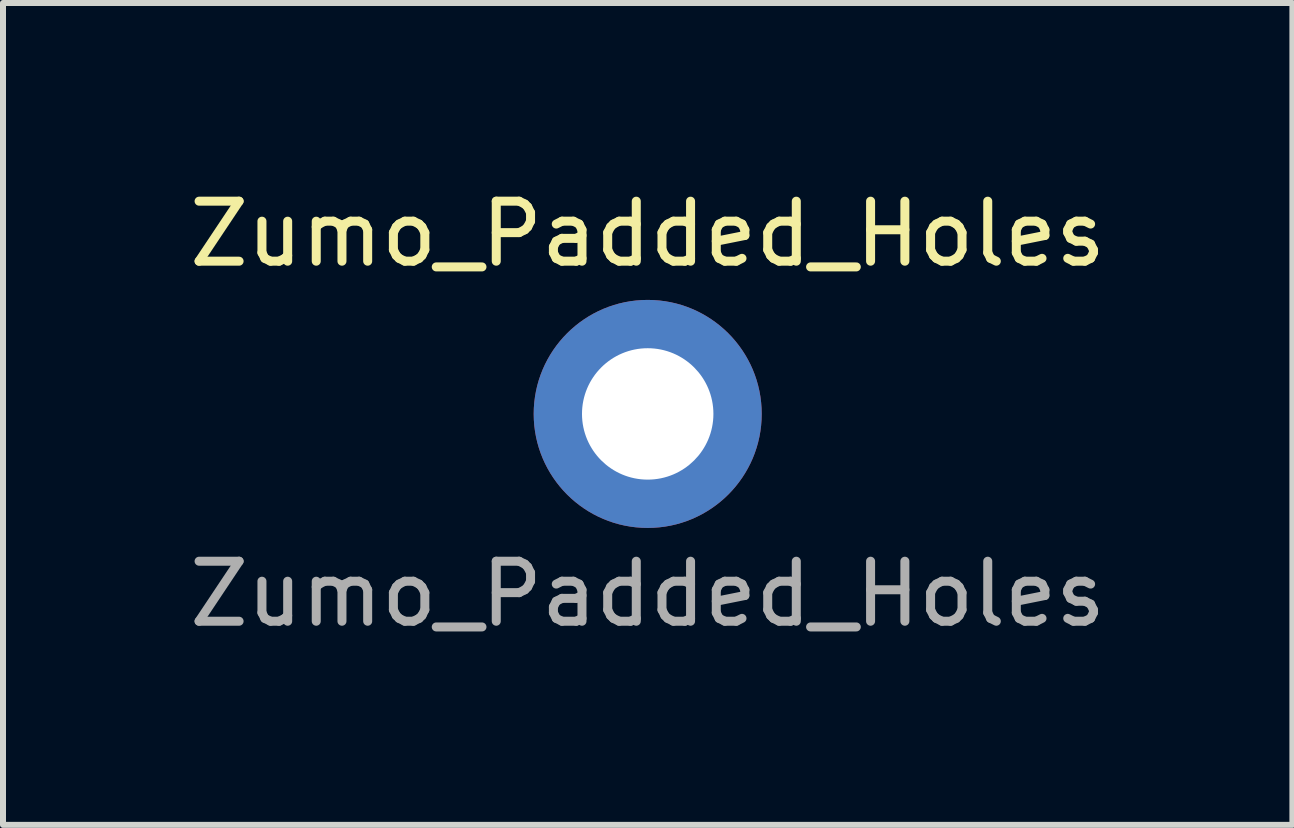
<source format=kicad_pcb>
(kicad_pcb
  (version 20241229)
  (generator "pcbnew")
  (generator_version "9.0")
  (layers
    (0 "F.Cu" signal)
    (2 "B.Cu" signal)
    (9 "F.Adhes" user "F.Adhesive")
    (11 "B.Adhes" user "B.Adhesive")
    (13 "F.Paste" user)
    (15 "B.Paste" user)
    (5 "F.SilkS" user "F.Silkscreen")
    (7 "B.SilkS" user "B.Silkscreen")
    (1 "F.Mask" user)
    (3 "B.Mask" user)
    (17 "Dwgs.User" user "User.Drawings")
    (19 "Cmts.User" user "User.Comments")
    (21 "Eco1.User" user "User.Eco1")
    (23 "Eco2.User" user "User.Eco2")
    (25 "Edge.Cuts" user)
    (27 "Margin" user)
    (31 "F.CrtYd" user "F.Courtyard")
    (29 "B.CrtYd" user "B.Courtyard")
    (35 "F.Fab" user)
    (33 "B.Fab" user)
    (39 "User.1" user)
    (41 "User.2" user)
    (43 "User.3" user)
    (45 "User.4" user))
  (footprint "Zumo_Padded_Holes"
    (layer "F.Cu")
    (at 7.744 3.848)
    (property "Reference" "Zumo_Padded_Holes" (at 0 -3 0) (unlocked yes) (layer "F.SilkS") (effects (font (size 1 1) (thickness 0.15))))
    (attr through_hole)
    (fp_text user "${REFERENCE}" (at 0 3 0) (unlocked yes) (layer "F.Fab") (effects (font (size 1 1) (thickness 0.15))))
    (pad "" np_thru_hole circle (at 0 0) (size 3.8 3.8) (drill 2.19) (layers "*.Cu" "*.Mask")))
  (gr_rect
    (start -3 -3)
    (end 18.488 10.697)
    (stroke (width 0.1) (type default))
    (fill no)
    (layer "Edge.Cuts")))
</source>
